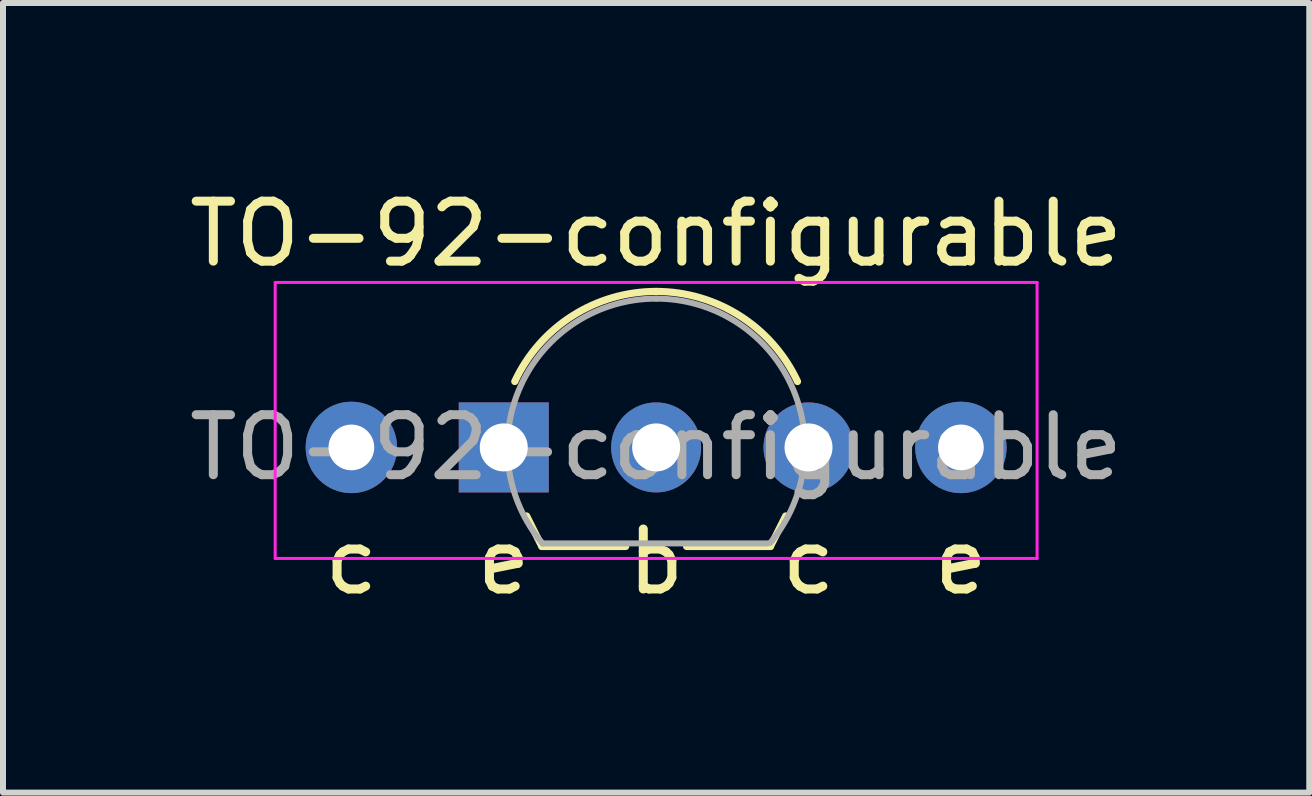
<source format=kicad_pcb>
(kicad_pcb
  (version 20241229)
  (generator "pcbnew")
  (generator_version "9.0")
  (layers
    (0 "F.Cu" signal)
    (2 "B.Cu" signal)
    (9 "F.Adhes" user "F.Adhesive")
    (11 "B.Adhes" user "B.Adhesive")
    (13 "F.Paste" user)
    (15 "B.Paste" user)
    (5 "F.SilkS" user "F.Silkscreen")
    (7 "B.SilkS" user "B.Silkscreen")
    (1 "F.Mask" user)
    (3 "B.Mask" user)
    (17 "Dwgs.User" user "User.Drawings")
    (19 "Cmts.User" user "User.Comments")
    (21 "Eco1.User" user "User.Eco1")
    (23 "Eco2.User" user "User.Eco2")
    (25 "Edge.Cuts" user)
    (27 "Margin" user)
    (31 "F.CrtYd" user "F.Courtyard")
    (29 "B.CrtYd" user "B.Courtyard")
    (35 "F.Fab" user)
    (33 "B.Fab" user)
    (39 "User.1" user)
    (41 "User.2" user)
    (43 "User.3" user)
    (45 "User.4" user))
  (footprint "TO-92-configurable"
    (layer "F.Cu")
    (at 5.347 4.408)
    (property "Reference" "TO-92-configurable" (at 2.54 -3.56 0) (layer "F.SilkS") (effects (font (size 1 1) (thickness 0.15))))
    (attr through_hole)
    (fp_line (start 0.381 1.143) (end 0.635 1.651) (stroke (width 0.12) (type solid)) (layer "F.SilkS"))
    (fp_line (start 0.635 1.651) (end 2.032 1.651) (stroke (width 0.12) (type solid)) (layer "F.SilkS"))
    (fp_line (start 3.048 1.651) (end 4.445 1.651) (stroke (width 0.12) (type solid)) (layer "F.SilkS"))
    (fp_line (start 4.445 1.651) (end 4.699 1.143) (stroke (width 0.12) (type solid)) (layer "F.SilkS"))
    (fp_arc (start 0.1836 -1.098807) (mid 1.143021 -2.192817) (end 2.54 -2.6) (stroke (width 0.12) (type solid)) (layer "F.SilkS"))
    (fp_arc (start 2.54 -2.6) (mid 3.936979 -2.192818) (end 4.8964 -1.098807) (stroke (width 0.12) (type solid)) (layer "F.SilkS"))
    (fp_line (start -3.81 -2.75) (end -3.81 1.85) (stroke (width 0.05) (type solid)) (layer "F.CrtYd"))
    (fp_line (start -3.81 -2.75) (end 8.89 -2.75) (stroke (width 0.05) (type solid)) (layer "F.CrtYd"))
    (fp_line (start 8.89 1.85) (end -3.81 1.85) (stroke (width 0.05) (type solid)) (layer "F.CrtYd"))
    (fp_line (start 8.89 1.85) (end 8.89 -2.75) (stroke (width 0.05) (type solid)) (layer "F.CrtYd"))
    (fp_line (start 0.65 1.6) (end 4.4 1.6) (stroke (width 0.1) (type solid)) (layer "F.Fab"))
    (fp_arc (start 0.647182 1.602385) (mid 0.290076 -1.043188) (end 2.54 -2.48) (stroke (width 0.1) (type solid)) (layer "F.Fab"))
    (fp_arc (start 2.54 -2.48) (mid 4.787211 -1.049019) (end 4.441103 1.592547) (stroke (width 0.1) (type solid)) (layer "F.Fab"))
    (fp_text user "e" (at 0 1.905 0) (unlocked yes) (layer "F.SilkS") (effects (font (size 1 1) (thickness 0.15))))
    (fp_text user "c" (at -2.54 1.905 0) (unlocked yes) (layer "F.SilkS") (effects (font (size 1 1) (thickness 0.15))))
    (fp_text user "c" (at 5.08 1.905 0) (unlocked yes) (layer "F.SilkS") (effects (font (size 1 1) (thickness 0.15))))
    (fp_text user "e" (at 7.62 1.905 0) (unlocked yes) (layer "F.SilkS") (effects (font (size 1 1) (thickness 0.15))))
    (fp_text user "b" (at 2.54 1.905 0) (unlocked yes) (layer "F.SilkS") (effects (font (size 1 1) (thickness 0.15))))
    (fp_text user "${REFERENCE}" (at 2.54 0 0) (layer "F.Fab") (effects (font (size 1 1) (thickness 0.15))))
    (pad "1" thru_hole rect (at 0 0) (size 1.5 1.5) (drill 0.8) (layers "*.Cu" "*.Mask"))
    (pad "2" thru_hole circle (at 2.54 0) (size 1.5 1.5) (drill 0.8) (layers "*.Cu" "*.Mask"))
    (pad "3" thru_hole circle (at 5.08 0) (size 1.5 1.5) (drill 0.8) (layers "*.Cu" "*.Mask"))
    (pad "4" thru_hole circle (at 7.62 0) (size 1.524 1.524) (drill 0.762) (layers "*.Cu" "*.Mask"))
    (pad "5" thru_hole circle (at -2.54 0) (size 1.524 1.524) (drill 0.762) (layers "*.Cu" "*.Mask")))
  (gr_rect
    (start -3 -3)
    (end 18.774 10.162)
    (stroke (width 0.1) (type default))
    (fill no)
    (layer "Edge.Cuts")))
</source>
